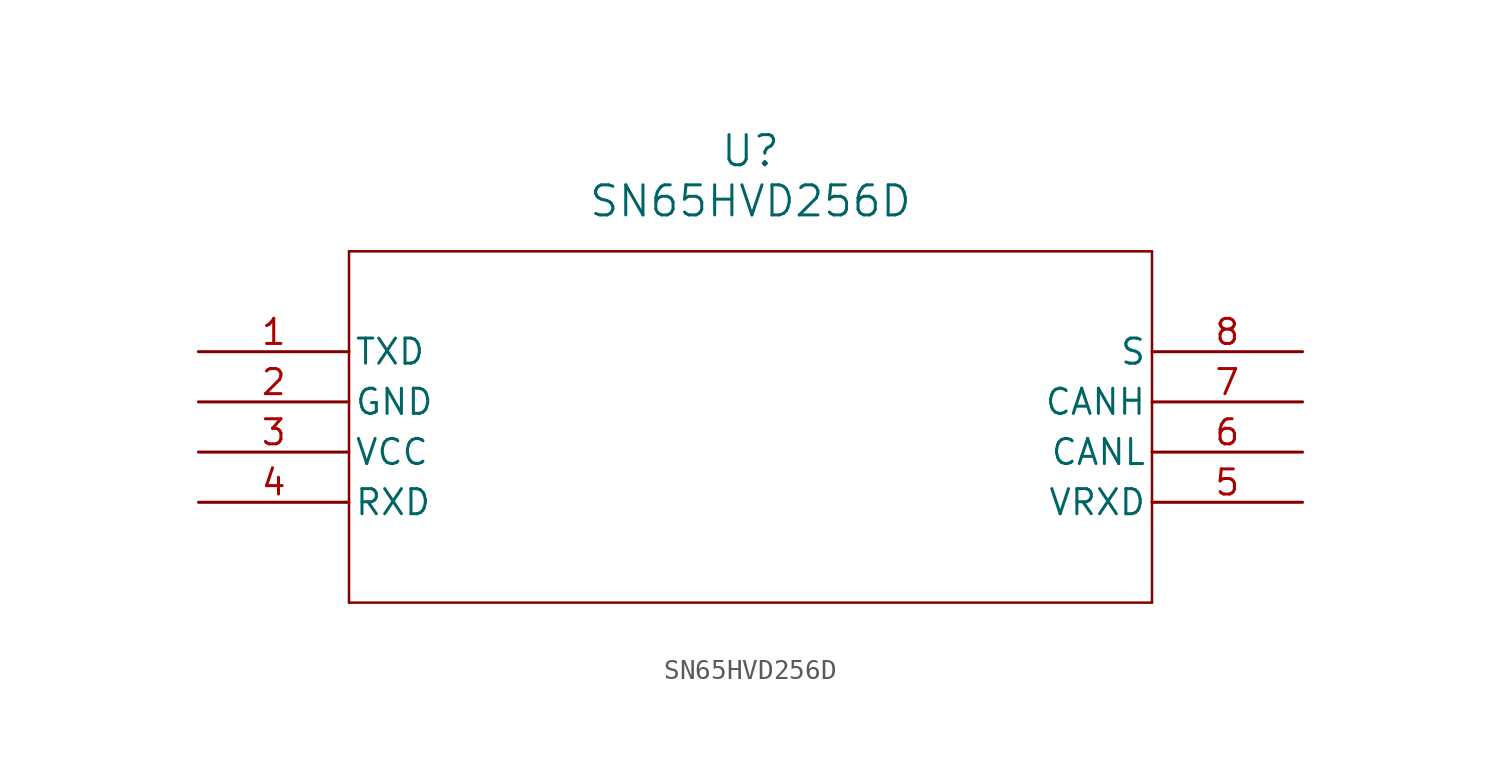
<source format=kicad_sym>
(kicad_symbol_lib
  (version 20211014)
  (generator kicad_symbol_editor)
  (symbol "SN65HVD256D"
    (pin_names
      (offset 0.254))
    (property "Reference" "U"
      (at 27.94 10.16 0)
      (effects (font (size 1.524 1.524))))
    (property "Value" "SN65HVD256D"
      (at 27.94 7.62 0)
      (effects (font (size 1.524 1.524))))
    (symbol "SN65HVD256D_0_1"
      (polyline (pts (xy 7.62 5.08) (xy 7.62 -12.7)) (stroke (width 0.127) (type default) (color 0 0 0 0)) (fill (type none)))
      (polyline (pts (xy 7.62 -12.7) (xy 48.26 -12.7)) (stroke (width 0.127) (type default) (color 0 0 0 0)) (fill (type none)))
      (polyline (pts (xy 48.26 -12.7) (xy 48.26 5.08)) (stroke (width 0.127) (type default) (color 0 0 0 0)) (fill (type none)))
      (polyline (pts (xy 48.26 5.08) (xy 7.62 5.08)) (stroke (width 0.127) (type default) (color 0 0 0 0)) (fill (type none)))
      (pin input line (at 0 0 0) (length 7.62) (name "TXD" (effects (font (size 1.27 1.27)))) (number "1" (effects (font (size 1.27 1.27)))))
      (pin power_in line (at 0 -2.54 0) (length 7.62) (name "GND" (effects (font (size 1.27 1.27)))) (number "2" (effects (font (size 1.27 1.27)))))
      (pin power_in line (at 0 -5.08 0) (length 7.62) (name "VCC" (effects (font (size 1.27 1.27)))) (number "3" (effects (font (size 1.27 1.27)))))
      (pin output line (at 0 -7.62 0) (length 7.62) (name "RXD" (effects (font (size 1.27 1.27)))) (number "4" (effects (font (size 1.27 1.27)))))
      (pin power_in line (at 55.88 -7.62 180) (length 7.62) (name "VRXD" (effects (font (size 1.27 1.27)))) (number "5" (effects (font (size 1.27 1.27)))))
      (pin output line (at 55.88 -5.08 180) (length 7.62) (name "CANL" (effects (font (size 1.27 1.27)))) (number "6" (effects (font (size 1.27 1.27)))))
      (pin output line (at 55.88 -2.54 180) (length 7.62) (name "CANH" (effects (font (size 1.27 1.27)))) (number "7" (effects (font (size 1.27 1.27)))))
      (pin input line (at 55.88 0 180) (length 7.62) (name "S" (effects (font (size 1.27 1.27)))) (number "8" (effects (font (size 1.27 1.27))))))))
</source>
